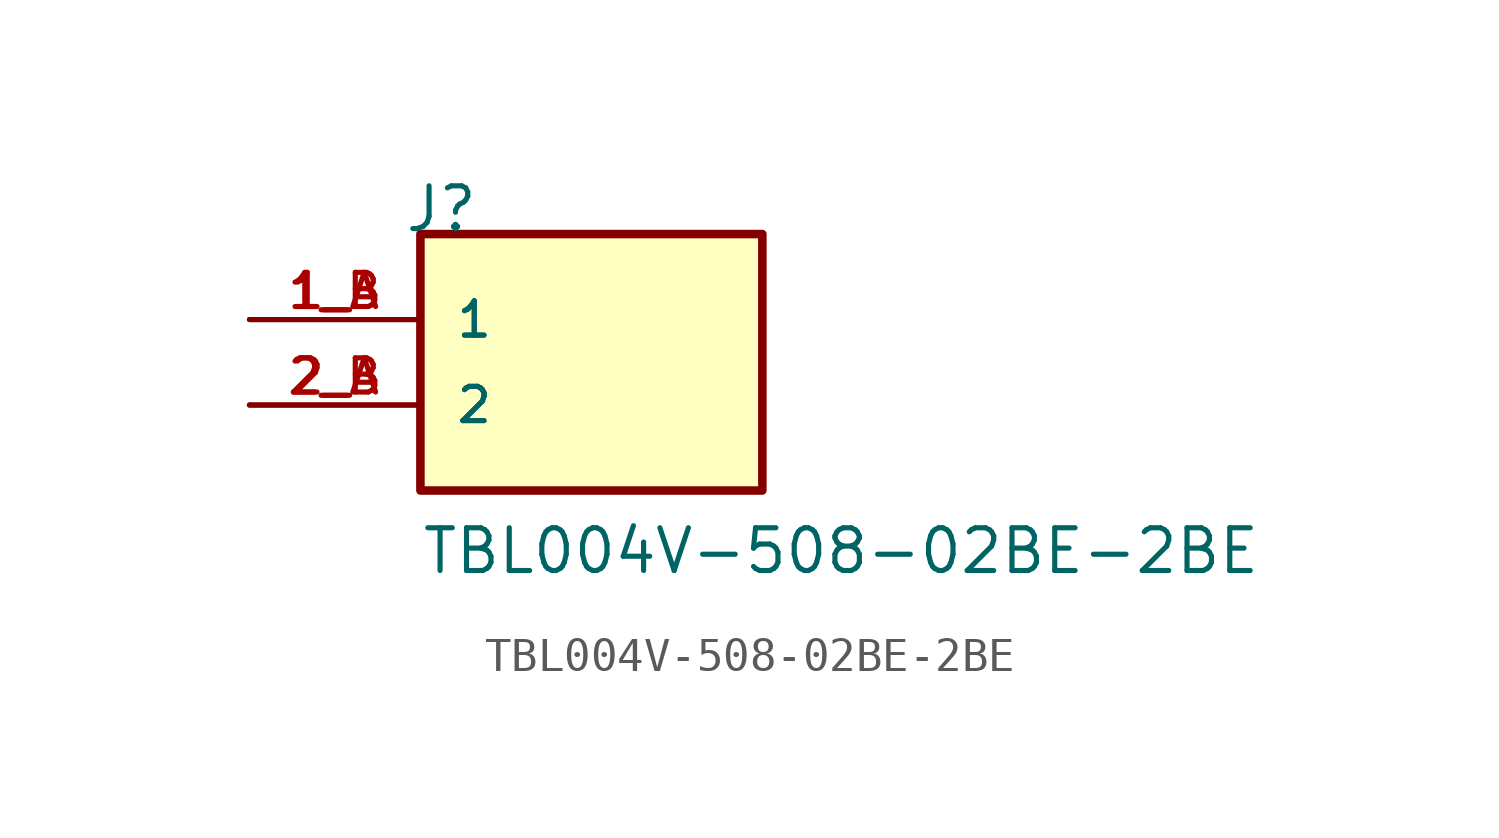
<source format=kicad_sym>
(kicad_symbol_lib
  (version 20211014)
  (generator kicad_symbol_editor)
  (symbol "TBL004V-508-02BE-2BE"
    (pin_names
      (offset 1.016))
    (property "Reference" "J"
      (at -5.588 5.08 0)
      (effects (font (size 1.27 1.27)) (justify left bottom)))
    (property "Value" "TBL004V-508-02BE-2BE"
      (at -5.08 -5.08 0)
      (effects (font (size 1.27 1.27)) (justify left bottom)))
    (property "ki_locked" ""
      (at 0 0 0)
      (effects (font (size 1.27 1.27))))
    (symbol "TBL004V-508-02BE-2BE_0_0"
      (rectangle (start -5.08 -2.54) (end 5.08 5.08) (stroke (width 0.254) (type default) (color 0 0 0 0)) (fill (type background)))
      (pin passive line (at -10.16 2.54 0) (length 5.08) (name "1" (effects (font (size 1.016 1.016)))) (number "1_A" (effects (font (size 1.016 1.016)))))
      (pin passive line (at -10.16 2.54 0) (length 5.08) (name "1" (effects (font (size 1.016 1.016)))) (number "1_B" (effects (font (size 1.016 1.016)))))
      (pin passive line (at -10.16 0 0) (length 5.08) (name "2" (effects (font (size 1.016 1.016)))) (number "2_A" (effects (font (size 1.016 1.016)))))
      (pin passive line (at -10.16 0 0) (length 5.08) (name "2" (effects (font (size 1.016 1.016)))) (number "2_B" (effects (font (size 1.016 1.016))))))))
</source>
